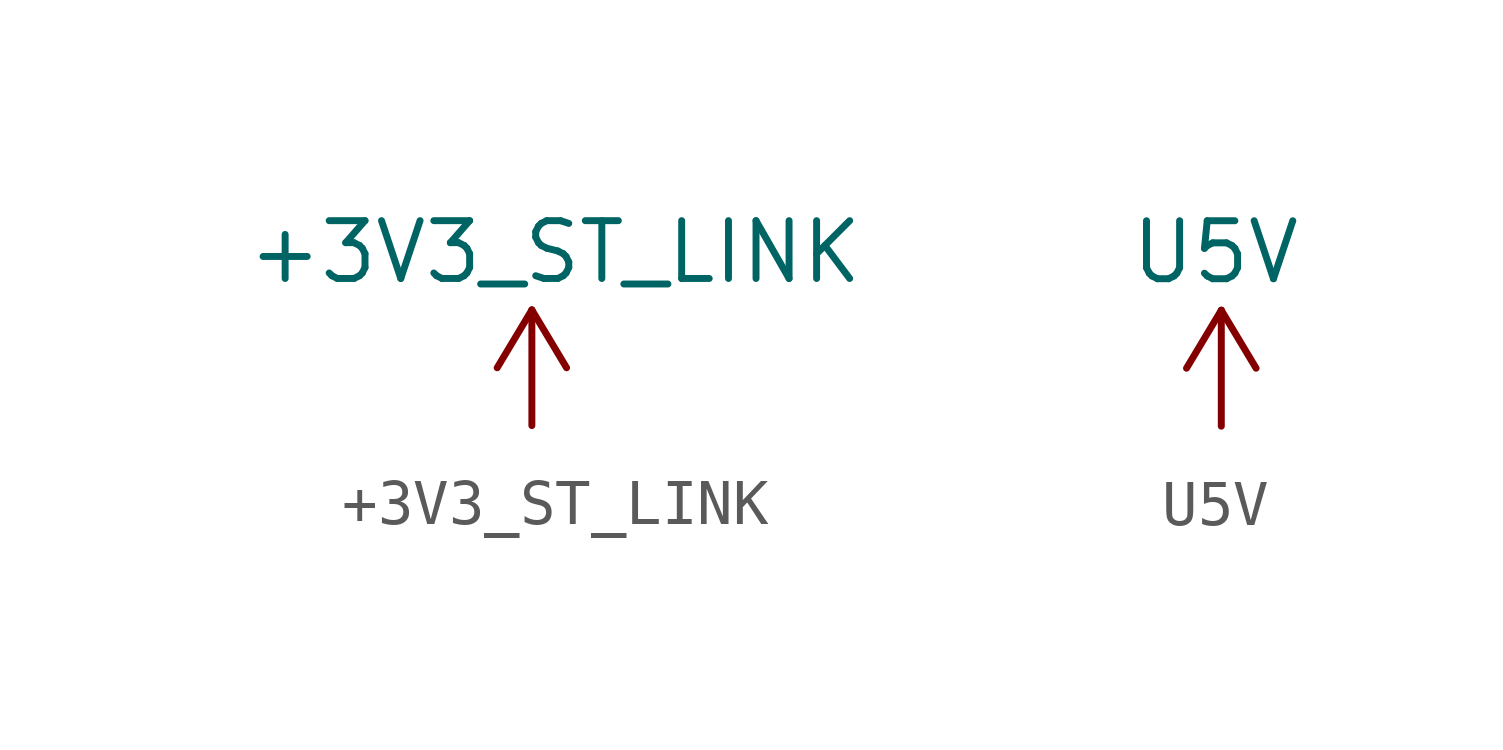
<source format=kicad_sym>
(kicad_symbol_lib
  (version 20201005)
  (generator kicad_symbol_editor)
  (symbol "power_custom:+3V3_ST_LINK"
    (power)
    (property "Reference" "#PWR"
      (at -4.572 -2.54 0)
      (effects (font (size 1.27 1.27)) hide))
    (property "Value" "+3V3_ST_LINK"
      (at 0.508 3.81 0)
      (effects (font (size 1.27 1.27))))
    (symbol "+3V3_ST_LINK_0_1"
      (polyline (pts (xy -0.762 1.27) (xy 0 2.54)) (stroke (width 0)) (fill (type none)))
      (polyline (pts (xy 0 0) (xy 0 2.54)) (stroke (width 0)) (fill (type none)))
      (polyline (pts (xy 0 2.54) (xy 0.762 1.27)) (stroke (width 0)) (fill (type none))))
    (symbol "+3V3_ST_LINK_1_1"
      (pin power_in line (at 0 0 90) (length 0) hide (name "+3V3_ST_LINK" (effects (font (size 1.27 1.27)))) (number "1" (effects (font (size 1.27 1.27)))))))
  (symbol "power_custom:U5V"
    (power)
    (property "Reference" "#PWR"
      (at -3.937 -3.175 0)
      (effects (font (size 1.27 1.27)) hide))
    (property "Value" "U5V"
      (at -0.127 3.81 0)
      (effects (font (size 1.27 1.27))))
    (symbol "U5V_0_1"
      (polyline (pts (xy -0.762 1.27) (xy 0 2.54)) (stroke (width 0)) (fill (type none)))
      (polyline (pts (xy 0 0) (xy 0 2.54)) (stroke (width 0)) (fill (type none)))
      (polyline (pts (xy 0 2.54) (xy 0.762 1.27)) (stroke (width 0)) (fill (type none))))
    (symbol "U5V_1_1"
      (pin power_in line (at 0 0 90) (length 0) hide (name "U5V" (effects (font (size 1.27 1.27)))) (number "1" (effects (font (size 1.27 1.27))))))))
</source>
